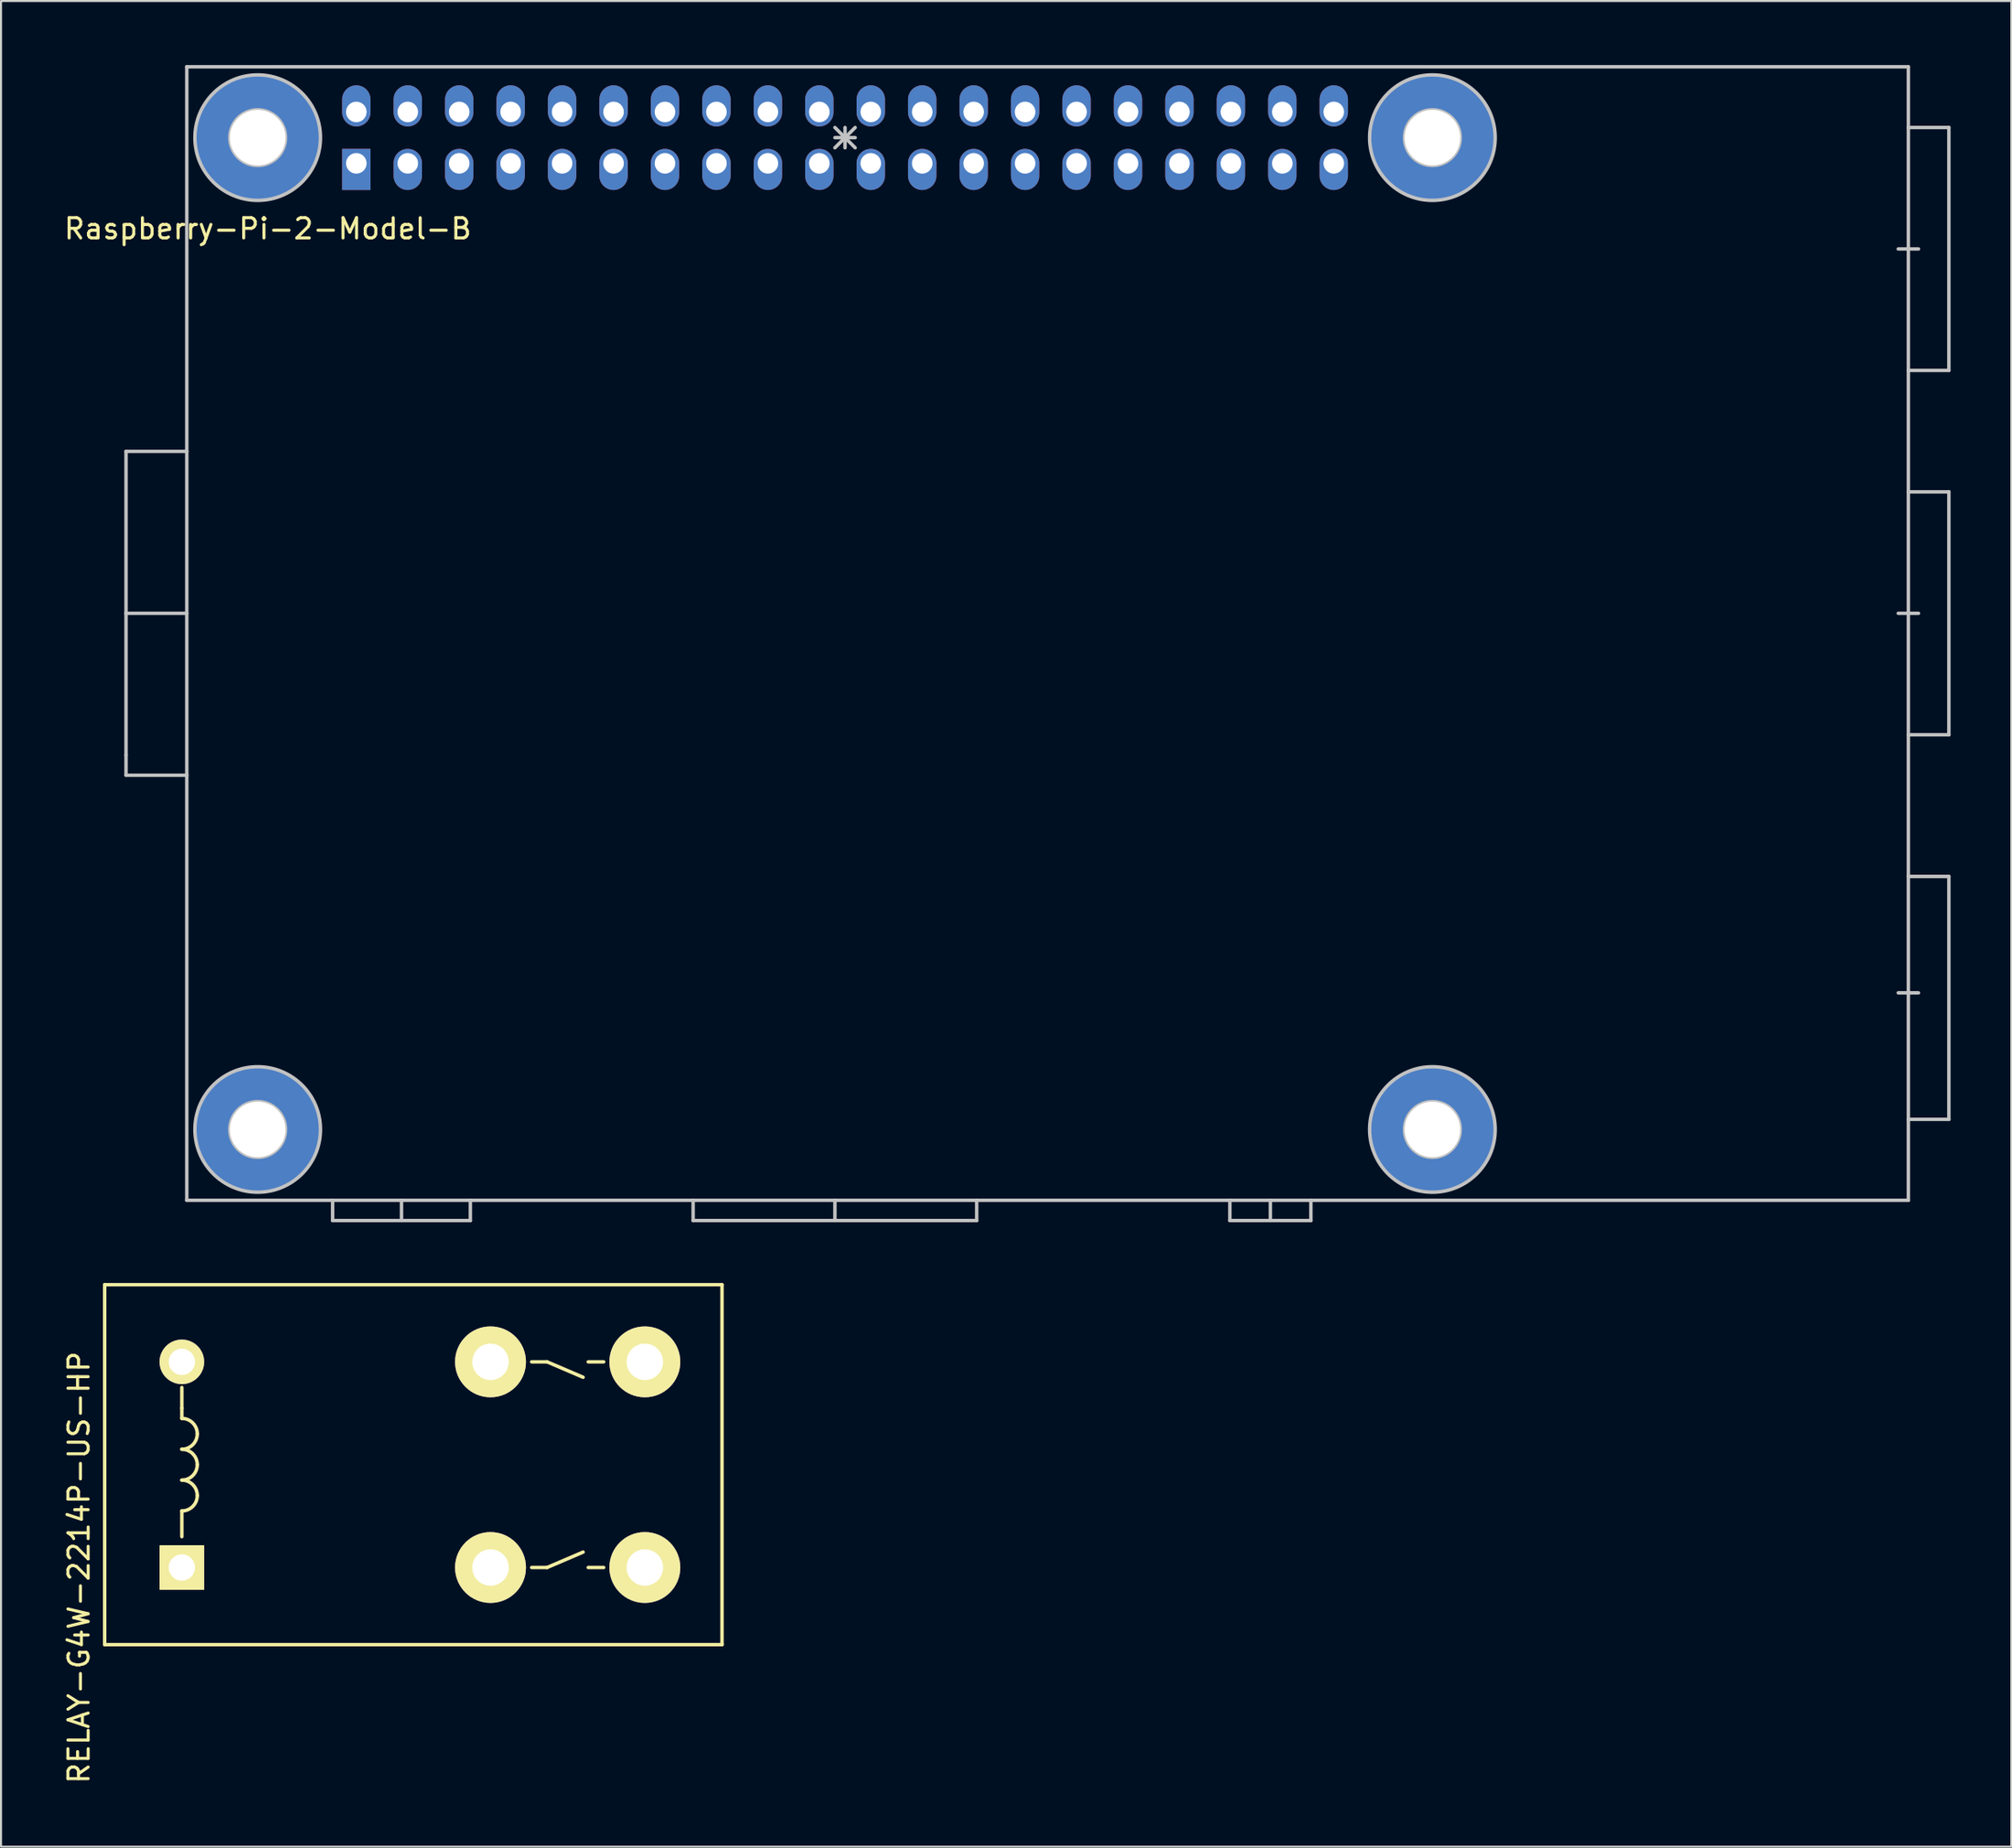
<source format=kicad_pcb>
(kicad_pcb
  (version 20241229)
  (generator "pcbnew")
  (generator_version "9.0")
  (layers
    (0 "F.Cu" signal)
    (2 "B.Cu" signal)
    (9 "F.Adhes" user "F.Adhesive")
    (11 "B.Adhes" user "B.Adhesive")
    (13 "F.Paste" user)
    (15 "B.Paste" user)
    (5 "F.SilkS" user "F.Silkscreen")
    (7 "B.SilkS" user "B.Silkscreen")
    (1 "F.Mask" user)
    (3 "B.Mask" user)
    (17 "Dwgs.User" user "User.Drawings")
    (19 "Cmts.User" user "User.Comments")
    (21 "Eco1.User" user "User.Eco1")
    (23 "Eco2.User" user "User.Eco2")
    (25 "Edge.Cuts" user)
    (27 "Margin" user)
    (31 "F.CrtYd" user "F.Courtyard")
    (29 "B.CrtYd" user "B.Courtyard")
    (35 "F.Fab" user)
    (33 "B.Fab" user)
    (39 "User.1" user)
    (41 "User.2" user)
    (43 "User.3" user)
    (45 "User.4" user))
  (footprint "RELAY-G4W-2214P-US-HP"
    (layer "F.Cu")
    (at 5.928 69.31)
    (property "Reference" "RELAY-G4W-2214P-US-HP" (at -5.08 5.08 90) (layer "F.SilkS") (effects (font (size 1 1) (thickness 0.15))))
    (attr through_hole)
    (fp_line (start -3.81 -8.89) (end 26.67 -8.89) (stroke (width 0.17) (type solid)) (layer "F.SilkS"))
    (fp_line (start -3.81 8.89) (end -3.81 -8.89) (stroke (width 0.17) (type solid)) (layer "F.SilkS"))
    (fp_line (start 0 -3.81) (end 0 -2.794) (stroke (width 0.17) (type solid)) (layer "F.SilkS"))
    (fp_line (start 0 -2.794) (end 0 -2.286) (stroke (width 0.17) (type solid)) (layer "F.SilkS"))
    (fp_line (start 0 3.556) (end 0 2.286) (stroke (width 0.17) (type solid)) (layer "F.SilkS"))
    (fp_line (start 17.272 -5.08) (end 18.034 -5.08) (stroke (width 0.17) (type solid)) (layer "F.SilkS"))
    (fp_line (start 17.272 5.08) (end 18.034 5.08) (stroke (width 0.17) (type solid)) (layer "F.SilkS"))
    (fp_line (start 18.034 -5.08) (end 19.812 -4.318) (stroke (width 0.17) (type solid)) (layer "F.SilkS"))
    (fp_line (start 18.034 5.08) (end 19.812 4.318) (stroke (width 0.17) (type solid)) (layer "F.SilkS"))
    (fp_line (start 20.828 -5.08) (end 20.066 -5.08) (stroke (width 0.17) (type solid)) (layer "F.SilkS"))
    (fp_line (start 20.828 5.08) (end 20.066 5.08) (stroke (width 0.17) (type solid)) (layer "F.SilkS"))
    (fp_line (start 26.67 -8.89) (end 26.67 8.89) (stroke (width 0.17) (type solid)) (layer "F.SilkS"))
    (fp_line (start 26.67 8.89) (end -3.81 8.89) (stroke (width 0.17) (type solid)) (layer "F.SilkS"))
    (fp_arc (start 0 -2.286) (mid 0.538815 -2.062815) (end 0.762 -1.524) (stroke (width 0.17) (type solid)) (layer "F.SilkS"))
    (fp_arc (start 0 -0.762) (mid 0.538815 -0.538815) (end 0.762 0) (stroke (width 0.17) (type solid)) (layer "F.SilkS"))
    (fp_arc (start 0 0.762) (mid 0.538815 0.985185) (end 0.762 1.524) (stroke (width 0.17) (type solid)) (layer "F.SilkS"))
    (fp_arc (start 0.762 -1.524) (mid 0.538815 -0.985185) (end 0 -0.762) (stroke (width 0.17) (type solid)) (layer "F.SilkS"))
    (fp_arc (start 0.762 0) (mid 0.538815 0.538815) (end 0 0.762) (stroke (width 0.17) (type solid)) (layer "F.SilkS"))
    (fp_arc (start 0.762 1.524) (mid 0.538815 2.062815) (end 0 2.286) (stroke (width 0.17) (type solid)) (layer "F.SilkS"))
    (pad "1" thru_hole rect (at 0 5.08) (size 2.2 2.2) (drill 1.3) (layers "*.Cu" "*.Mask" "F.SilkS"))
    (pad "2" thru_hole circle (at 0 -5.08) (size 2.2 2.2) (drill 1.3) (layers "*.Cu" "*.Mask" "F.SilkS"))
    (pad "4" thru_hole circle (at 15.24 5.08) (size 3.5 3.5) (drill 1.8) (layers "*.Cu" "*.Mask" "F.SilkS"))
    (pad "5" thru_hole circle (at 22.86 5.08) (size 3.5 3.5) (drill 1.8) (layers "*.Cu" "*.Mask" "F.SilkS"))
    (pad "7" thru_hole circle (at 15.24 -5.08) (size 3.5 3.5) (drill 1.8) (layers "*.Cu" "*.Mask" "F.SilkS"))
    (pad "8" thru_hole circle (at 22.86 -5.08) (size 3.5 3.5) (drill 1.8) (layers "*.Cu" "*.Mask" "F.SilkS")))
  (footprint "Raspberry-Pi-2-Model-B"
    (layer "F.Cu")
    (at 6.173 0.25)
    (property "Reference" "Raspberry-Pi-2-Model-B" (at 4 8 0) (layer "F.SilkS") (effects (font (size 1 1) (thickness 0.15))))
    (attr through_hole)
    (fp_line (start -3 19) (end 0 19) (stroke (width 0.17) (type solid)) (layer "Dwgs.User"))
    (fp_line (start -3 27) (end -3 19) (stroke (width 0.17) (type solid)) (layer "Dwgs.User"))
    (fp_line (start -3 27) (end -3 34) (stroke (width 0.17) (type solid)) (layer "Dwgs.User"))
    (fp_line (start -3 34) (end -3 35) (stroke (width 0.17) (type solid)) (layer "Dwgs.User"))
    (fp_line (start -3 35) (end 0 35) (stroke (width 0.17) (type solid)) (layer "Dwgs.User"))
    (fp_line (start 0 0) (end 0 56) (stroke (width 0.17) (type solid)) (layer "Dwgs.User"))
    (fp_line (start 0 0) (end 85 0) (stroke (width 0.17) (type solid)) (layer "Dwgs.User"))
    (fp_line (start 0 27) (end -3 27) (stroke (width 0.17) (type solid)) (layer "Dwgs.User"))
    (fp_line (start 3 52.5) (end 4 52.5) (stroke (width 0.17) (type solid)) (layer "Dwgs.User"))
    (fp_line (start 3.5 3) (end 3.5 4) (stroke (width 0.17) (type solid)) (layer "Dwgs.User"))
    (fp_line (start 3.5 53) (end 3.5 52) (stroke (width 0.17) (type solid)) (layer "Dwgs.User"))
    (fp_line (start 4 3.5) (end 3 3.5) (stroke (width 0.17) (type solid)) (layer "Dwgs.User"))
    (fp_line (start 7.2 56) (end 7.2 57) (stroke (width 0.17) (type solid)) (layer "Dwgs.User"))
    (fp_line (start 7.2 57) (end 14 57) (stroke (width 0.17) (type solid)) (layer "Dwgs.User"))
    (fp_line (start 10.6 56) (end 10.6 57) (stroke (width 0.17) (type solid)) (layer "Dwgs.User"))
    (fp_line (start 14 57) (end 14 56) (stroke (width 0.17) (type solid)) (layer "Dwgs.User"))
    (fp_line (start 25 56) (end 25 57) (stroke (width 0.17) (type solid)) (layer "Dwgs.User"))
    (fp_line (start 25 57) (end 39 57) (stroke (width 0.17) (type solid)) (layer "Dwgs.User"))
    (fp_line (start 32 3) (end 33 4) (stroke (width 0.17) (type solid)) (layer "Dwgs.User"))
    (fp_line (start 32 3.5) (end 33 3.5) (stroke (width 0.17) (type solid)) (layer "Dwgs.User"))
    (fp_line (start 32 56) (end 32 57) (stroke (width 0.17) (type solid)) (layer "Dwgs.User"))
    (fp_line (start 32.5 3) (end 32.5 4) (stroke (width 0.17) (type solid)) (layer "Dwgs.User"))
    (fp_line (start 33 3) (end 32 4) (stroke (width 0.17) (type solid)) (layer "Dwgs.User"))
    (fp_line (start 39 57) (end 39 56) (stroke (width 0.17) (type solid)) (layer "Dwgs.User"))
    (fp_line (start 51.5 56) (end 51.5 57) (stroke (width 0.17) (type solid)) (layer "Dwgs.User"))
    (fp_line (start 51.5 57) (end 55.5 57) (stroke (width 0.17) (type solid)) (layer "Dwgs.User"))
    (fp_line (start 53.5 56) (end 53.5 57) (stroke (width 0.17) (type solid)) (layer "Dwgs.User"))
    (fp_line (start 55.5 57) (end 55.5 56) (stroke (width 0.17) (type solid)) (layer "Dwgs.User"))
    (fp_line (start 61 3.5) (end 62 3.5) (stroke (width 0.17) (type solid)) (layer "Dwgs.User"))
    (fp_line (start 61 52.5) (end 62 52.5) (stroke (width 0.17) (type solid)) (layer "Dwgs.User"))
    (fp_line (start 61.5 3) (end 61.5 4) (stroke (width 0.17) (type solid)) (layer "Dwgs.User"))
    (fp_line (start 61.5 53) (end 61.5 52) (stroke (width 0.17) (type solid)) (layer "Dwgs.User"))
    (fp_line (start 84.5 9) (end 85.5 9) (stroke (width 0.17) (type solid)) (layer "Dwgs.User"))
    (fp_line (start 84.5 27) (end 85.5 27) (stroke (width 0.17) (type solid)) (layer "Dwgs.User"))
    (fp_line (start 84.5 45.75) (end 85.5 45.75) (stroke (width 0.17) (type solid)) (layer "Dwgs.User"))
    (fp_line (start 85 0) (end 85 56) (stroke (width 0.17) (type solid)) (layer "Dwgs.User"))
    (fp_line (start 85 21) (end 87 21) (stroke (width 0.17) (type solid)) (layer "Dwgs.User"))
    (fp_line (start 85 40) (end 87 40) (stroke (width 0.17) (type solid)) (layer "Dwgs.User"))
    (fp_line (start 85 56) (end 0 56) (stroke (width 0.17) (type solid)) (layer "Dwgs.User"))
    (fp_line (start 87 3) (end 85 3) (stroke (width 0.17) (type solid)) (layer "Dwgs.User"))
    (fp_line (start 87 15) (end 85 15) (stroke (width 0.17) (type solid)) (layer "Dwgs.User"))
    (fp_line (start 87 15) (end 87 3) (stroke (width 0.17) (type solid)) (layer "Dwgs.User"))
    (fp_line (start 87 21) (end 87 33) (stroke (width 0.17) (type solid)) (layer "Dwgs.User"))
    (fp_line (start 87 33) (end 85 33) (stroke (width 0.17) (type solid)) (layer "Dwgs.User"))
    (fp_line (start 87 40) (end 87 52) (stroke (width 0.17) (type solid)) (layer "Dwgs.User"))
    (fp_line (start 87 52) (end 85 52) (stroke (width 0.17) (type solid)) (layer "Dwgs.User"))
    (fp_circle (center 3.5 3.5) (end 3.5 4.875) (stroke (width 0.17) (type solid)) (fill no) (layer "Dwgs.User"))
    (fp_circle (center 3.5 3.5) (end 3.5 6.6) (stroke (width 0.17) (type solid)) (fill no) (layer "Dwgs.User"))
    (fp_circle (center 3.5 52.5) (end 4.875 52.5) (stroke (width 0.17) (type solid)) (fill no) (layer "Dwgs.User"))
    (fp_circle (center 3.5 52.5) (end 6.6 52.5) (stroke (width 0.17) (type solid)) (fill no) (layer "Dwgs.User"))
    (fp_circle (center 61.5 3.5) (end 62.875 3.5) (stroke (width 0.17) (type solid)) (fill no) (layer "Dwgs.User"))
    (fp_circle (center 61.5 3.5) (end 64.6 3.5) (stroke (width 0.17) (type solid)) (fill no) (layer "Dwgs.User"))
    (fp_circle (center 61.5 52.5) (end 62.875 52.5) (stroke (width 0.17) (type solid)) (fill no) (layer "Dwgs.User"))
    (fp_circle (center 61.5 52.5) (end 64.6 52.5) (stroke (width 0.17) (type solid)) (fill no) (layer "Dwgs.User"))
    (pad "1" thru_hole rect (at 8.37 4.77) (size 1.4 2.032) (drill 1.016 (offset 0 0.3)) (layers "*.Cu" "*.Mask"))
    (pad "2" thru_hole oval (at 8.37 2.23) (size 1.4 2.032) (drill 1.016 (offset 0 -0.3)) (layers "*.Cu" "*.Mask"))
    (pad "3" thru_hole oval (at 10.91 4.77) (size 1.4 2.032) (drill 1.016 (offset 0 0.3)) (layers "*.Cu" "*.Mask"))
    (pad "4" thru_hole oval (at 10.91 2.23) (size 1.4 2.032) (drill 1.016 (offset 0 -0.3)) (layers "*.Cu" "*.Mask"))
    (pad "5" thru_hole oval (at 13.45 4.77) (size 1.4 2.032) (drill 1.016 (offset 0 0.3)) (layers "*.Cu" "*.Mask"))
    (pad "6" thru_hole oval (at 13.45 2.23) (size 1.4 2.032) (drill 1.016 (offset 0 -0.3)) (layers "*.Cu" "*.Mask"))
    (pad "7" thru_hole oval (at 15.99 4.77) (size 1.4 2.032) (drill 1.016 (offset 0 0.3)) (layers "*.Cu" "*.Mask"))
    (pad "8" thru_hole oval (at 15.99 2.23) (size 1.4 2.032) (drill 1.016 (offset 0 -0.3)) (layers "*.Cu" "*.Mask"))
    (pad "9" thru_hole oval (at 18.53 4.77) (size 1.4 2.032) (drill 1.016 (offset 0 0.3)) (layers "*.Cu" "*.Mask"))
    (pad "10" thru_hole oval (at 18.53 2.23) (size 1.4 2.032) (drill 1.016 (offset 0 -0.3)) (layers "*.Cu" "*.Mask"))
    (pad "11" thru_hole oval (at 21.07 4.77) (size 1.4 2.032) (drill 1.016 (offset 0 0.3)) (layers "*.Cu" "*.Mask"))
    (pad "12" thru_hole oval (at 21.07 2.23) (size 1.4 2.032) (drill 1.016 (offset 0 -0.3)) (layers "*.Cu" "*.Mask"))
    (pad "13" thru_hole oval (at 23.61 4.77) (size 1.4 2.032) (drill 1.016 (offset 0 0.3)) (layers "*.Cu" "*.Mask"))
    (pad "14" thru_hole oval (at 23.61 2.23) (size 1.4 2.032) (drill 1.016 (offset 0 -0.3)) (layers "*.Cu" "*.Mask"))
    (pad "15" thru_hole oval (at 26.15 4.77) (size 1.4 2.032) (drill 1.016 (offset 0 0.3)) (layers "*.Cu" "*.Mask"))
    (pad "16" thru_hole oval (at 26.15 2.23) (size 1.4 2.032) (drill 1.016 (offset 0 -0.3)) (layers "*.Cu" "*.Mask"))
    (pad "17" thru_hole oval (at 28.69 4.77) (size 1.4 2.032) (drill 1.016 (offset 0 0.3)) (layers "*.Cu" "*.Mask"))
    (pad "18" thru_hole oval (at 28.69 2.23) (size 1.4 2.032) (drill 1.016 (offset 0 -0.3)) (layers "*.Cu" "*.Mask"))
    (pad "19" thru_hole oval (at 31.23 4.77) (size 1.4 2.032) (drill 1.016 (offset 0 0.3)) (layers "*.Cu" "*.Mask"))
    (pad "20" thru_hole oval (at 31.23 2.23) (size 1.4 2.032) (drill 1.016 (offset 0 -0.3)) (layers "*.Cu" "*.Mask"))
    (pad "21" thru_hole oval (at 33.77 4.77) (size 1.4 2.032) (drill 1.016 (offset 0 0.3)) (layers "*.Cu" "*.Mask"))
    (pad "22" thru_hole oval (at 33.77 2.23) (size 1.4 2.032) (drill 1.016 (offset 0 -0.3)) (layers "*.Cu" "*.Mask"))
    (pad "23" thru_hole oval (at 36.31 4.77) (size 1.4 2.032) (drill 1.016 (offset 0 0.3)) (layers "*.Cu" "*.Mask"))
    (pad "24" thru_hole oval (at 36.31 2.23) (size 1.4 2.032) (drill 1.016 (offset 0 -0.3)) (layers "*.Cu" "*.Mask"))
    (pad "25" thru_hole oval (at 38.85 4.77) (size 1.4 2.032) (drill 1.016 (offset 0 0.3)) (layers "*.Cu" "*.Mask"))
    (pad "26" thru_hole oval (at 38.85 2.23) (size 1.4 2.032) (drill 1.016 (offset 0 -0.3)) (layers "*.Cu" "*.Mask"))
    (pad "27" thru_hole oval (at 41.39 4.77) (size 1.4 2.032) (drill 1.016 (offset 0 0.3)) (layers "*.Cu" "*.Mask"))
    (pad "28" thru_hole oval (at 41.39 2.23) (size 1.4 2.032) (drill 1.016 (offset 0 -0.3)) (layers "*.Cu" "*.Mask"))
    (pad "29" thru_hole oval (at 43.93 4.77) (size 1.4 2.032) (drill 1.016 (offset 0 0.3)) (layers "*.Cu" "*.Mask"))
    (pad "30" thru_hole oval (at 43.93 2.23) (size 1.4 2.032) (drill 1.016 (offset 0 -0.3)) (layers "*.Cu" "*.Mask"))
    (pad "31" thru_hole oval (at 46.47 4.77) (size 1.4 2.032) (drill 1.016 (offset 0 0.3)) (layers "*.Cu" "*.Mask"))
    (pad "32" thru_hole oval (at 46.47 2.23) (size 1.4 2.032) (drill 1.016 (offset 0 -0.3)) (layers "*.Cu" "*.Mask"))
    (pad "33" thru_hole oval (at 49.01 4.77) (size 1.4 2.032) (drill 1.016 (offset 0 0.3)) (layers "*.Cu" "*.Mask"))
    (pad "34" thru_hole oval (at 49.01 2.23) (size 1.4 2.032) (drill 1.016 (offset 0 -0.3)) (layers "*.Cu" "*.Mask"))
    (pad "35" thru_hole oval (at 51.55 4.77) (size 1.4 2.032) (drill 1.016 (offset 0 0.3)) (layers "*.Cu" "*.Mask"))
    (pad "36" thru_hole oval (at 51.55 2.23) (size 1.4 2.032) (drill 1.016 (offset 0 -0.3)) (layers "*.Cu" "*.Mask"))
    (pad "37" thru_hole oval (at 54.09 4.77) (size 1.4 2.032) (drill 1.016 (offset 0 0.3)) (layers "*.Cu" "*.Mask"))
    (pad "38" thru_hole oval (at 54.09 2.23) (size 1.4 2.032) (drill 1.016 (offset 0 -0.3)) (layers "*.Cu" "*.Mask"))
    (pad "39" thru_hole oval (at 56.63 4.77) (size 1.4 2.032) (drill 1.016 (offset 0 0.3)) (layers "*.Cu" "*.Mask"))
    (pad "40" thru_hole oval (at 56.63 2.23) (size 1.4 2.032) (drill 1.016 (offset 0 -0.3)) (layers "*.Cu" "*.Mask"))
    (pad "M1" thru_hole circle (at 3.5 3.5) (size 6.2 6.2) (drill 2.75) (layers "*.Cu" "*.Mask"))
    (pad "M2" thru_hole circle (at 61.5 3.5) (size 6.2 6.2) (drill 2.75) (layers "*.Cu" "*.Mask"))
    (pad "M3" thru_hole circle (at 61.5 52.5) (size 6.2 6.2) (drill 2.75) (layers "*.Cu" "*.Mask"))
    (pad "M4" thru_hole circle (at 3.5 52.5) (size 6.2 6.2) (drill 2.75) (layers "*.Cu" "*.Mask")))
  (gr_rect
    (start -3 -3)
    (end 96.258 88.182)
    (stroke (width 0.1) (type default))
    (fill no)
    (layer "Edge.Cuts")))
</source>
